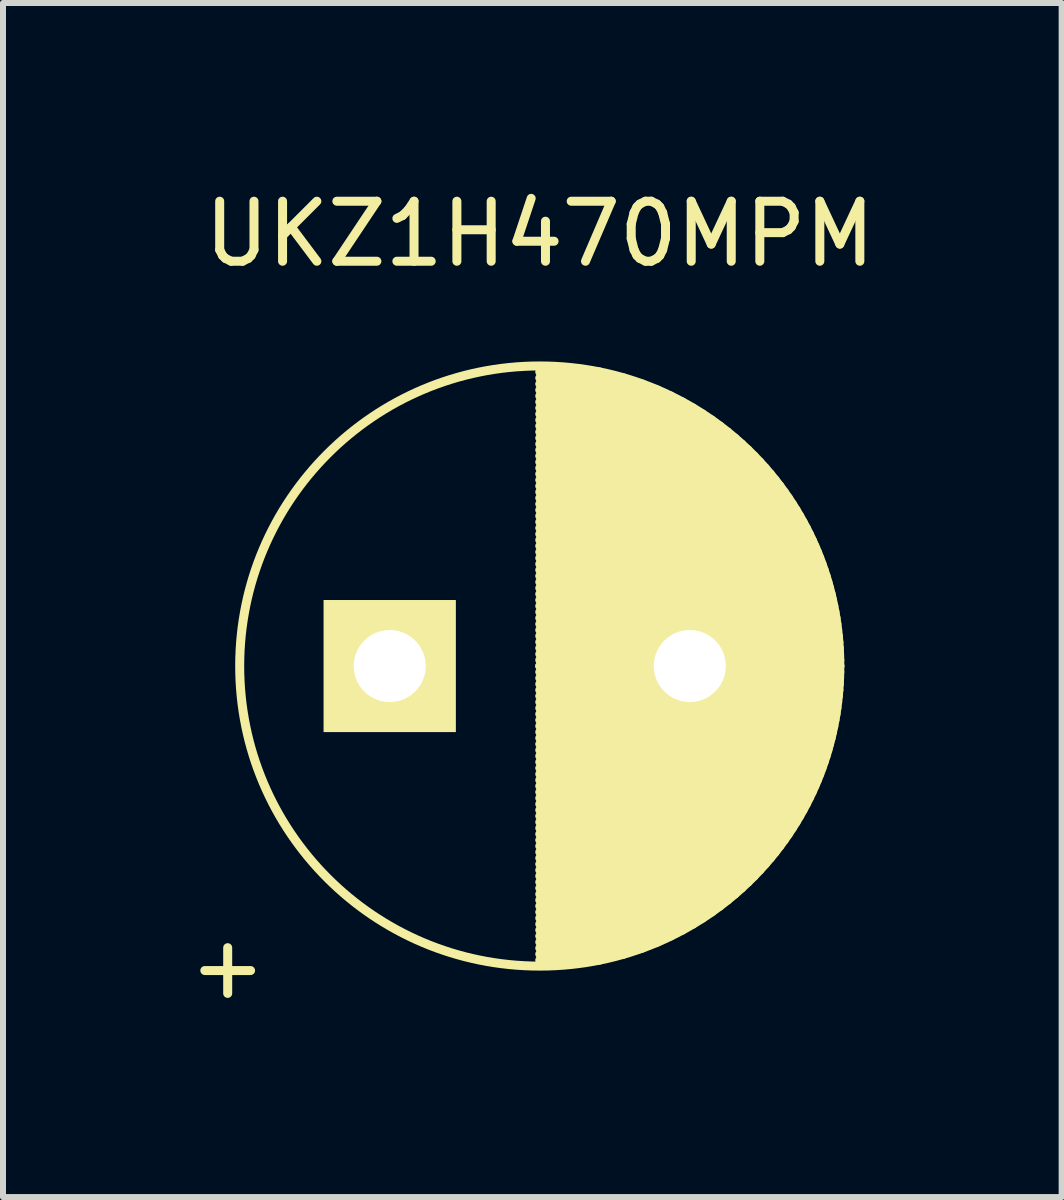
<source format=kicad_pcb>
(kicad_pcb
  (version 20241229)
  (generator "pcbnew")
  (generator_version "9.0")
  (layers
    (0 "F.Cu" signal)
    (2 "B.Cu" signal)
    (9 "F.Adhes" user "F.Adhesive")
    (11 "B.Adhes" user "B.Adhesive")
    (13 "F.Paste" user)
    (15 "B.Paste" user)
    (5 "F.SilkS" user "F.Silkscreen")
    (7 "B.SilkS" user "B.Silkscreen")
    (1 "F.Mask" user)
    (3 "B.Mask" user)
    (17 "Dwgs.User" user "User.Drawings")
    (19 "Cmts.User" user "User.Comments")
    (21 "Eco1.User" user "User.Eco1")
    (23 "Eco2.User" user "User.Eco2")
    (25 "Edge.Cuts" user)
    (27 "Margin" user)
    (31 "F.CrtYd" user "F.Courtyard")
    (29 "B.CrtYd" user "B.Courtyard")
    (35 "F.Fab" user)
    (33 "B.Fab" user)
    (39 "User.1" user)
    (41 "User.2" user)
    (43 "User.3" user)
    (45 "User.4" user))
  (footprint "UKZ1H470MPM"
    (layer "F.Cu")
    (at 3.444 8.048)
    (property "Reference" "UKZ1H470MPM" (at 2.5 -7.2 0) (layer "F.SilkS") (effects (font (size 1 1) (thickness 0.15))))
    (attr through_hole)
    (fp_line (start 2.5 -4.9) (end 3.495 -4.9) (stroke (width 0.15) (type solid)) (layer "F.SilkS"))
    (fp_line (start 2.5 -4.8) (end 3.9 -4.8) (stroke (width 0.15) (type solid)) (layer "F.SilkS"))
    (fp_line (start 2.5 -4.7) (end 4.206 -4.7) (stroke (width 0.15) (type solid)) (layer "F.SilkS"))
    (fp_line (start 2.5 -4.6) (end 4.46 -4.6) (stroke (width 0.15) (type solid)) (layer "F.SilkS"))
    (fp_line (start 2.5 -4.5) (end 4.679 -4.5) (stroke (width 0.15) (type solid)) (layer "F.SilkS"))
    (fp_line (start 2.5 -4.4) (end 4.875 -4.4) (stroke (width 0.15) (type solid)) (layer "F.SilkS"))
    (fp_line (start 2.5 -4.3) (end 5.051 -4.3) (stroke (width 0.15) (type solid)) (layer "F.SilkS"))
    (fp_line (start 2.5 -4.2) (end 5.213 -4.2) (stroke (width 0.15) (type solid)) (layer "F.SilkS"))
    (fp_line (start 2.5 -4.1) (end 5.362 -4.1) (stroke (width 0.15) (type solid)) (layer "F.SilkS"))
    (fp_line (start 2.5 -4) (end 5.5 -4) (stroke (width 0.15) (type solid)) (layer "F.SilkS"))
    (fp_line (start 2.5 -3.9) (end 5.629 -3.9) (stroke (width 0.15) (type solid)) (layer "F.SilkS"))
    (fp_line (start 2.5 -3.8) (end 5.75 -3.8) (stroke (width 0.15) (type solid)) (layer "F.SilkS"))
    (fp_line (start 2.5 -3.7) (end 5.863 -3.7) (stroke (width 0.15) (type solid)) (layer "F.SilkS"))
    (fp_line (start 2.5 -3.6) (end 5.97 -3.6) (stroke (width 0.15) (type solid)) (layer "F.SilkS"))
    (fp_line (start 2.5 -3.5) (end 6.071 -3.5) (stroke (width 0.15) (type solid)) (layer "F.SilkS"))
    (fp_line (start 2.5 -3.4) (end 6.166 -3.4) (stroke (width 0.15) (type solid)) (layer "F.SilkS"))
    (fp_line (start 2.5 -3.3) (end 6.256 -3.3) (stroke (width 0.15) (type solid)) (layer "F.SilkS"))
    (fp_line (start 2.5 -3.2) (end 6.342 -3.2) (stroke (width 0.15) (type solid)) (layer "F.SilkS"))
    (fp_line (start 2.5 -3.1) (end 6.423 -3.1) (stroke (width 0.15) (type solid)) (layer "F.SilkS"))
    (fp_line (start 2.5 -3) (end 6.5 -3) (stroke (width 0.15) (type solid)) (layer "F.SilkS"))
    (fp_line (start 2.5 -2.9) (end 6.573 -2.9) (stroke (width 0.15) (type solid)) (layer "F.SilkS"))
    (fp_line (start 2.5 -2.8) (end 6.642 -2.8) (stroke (width 0.15) (type solid)) (layer "F.SilkS"))
    (fp_line (start 2.5 -2.7) (end 6.708 -2.7) (stroke (width 0.15) (type solid)) (layer "F.SilkS"))
    (fp_line (start 2.5 -2.6) (end 6.771 -2.6) (stroke (width 0.15) (type solid)) (layer "F.SilkS"))
    (fp_line (start 2.5 -2.5) (end 6.83 -2.5) (stroke (width 0.15) (type solid)) (layer "F.SilkS"))
    (fp_line (start 2.5 -2.4) (end 6.886 -2.4) (stroke (width 0.15) (type solid)) (layer "F.SilkS"))
    (fp_line (start 2.5 -2.3) (end 6.94 -2.3) (stroke (width 0.15) (type solid)) (layer "F.SilkS"))
    (fp_line (start 2.5 -2.2) (end 6.99 -2.2) (stroke (width 0.15) (type solid)) (layer "F.SilkS"))
    (fp_line (start 2.5 -2.1) (end 7.038 -2.1) (stroke (width 0.15) (type solid)) (layer "F.SilkS"))
    (fp_line (start 2.5 -2) (end 7.083 -2) (stroke (width 0.15) (type solid)) (layer "F.SilkS"))
    (fp_line (start 2.5 -1.9) (end 7.125 -1.9) (stroke (width 0.15) (type solid)) (layer "F.SilkS"))
    (fp_line (start 2.5 -1.8) (end 7.165 -1.8) (stroke (width 0.15) (type solid)) (layer "F.SilkS"))
    (fp_line (start 2.5 -1.7) (end 7.202 -1.7) (stroke (width 0.15) (type solid)) (layer "F.SilkS"))
    (fp_line (start 2.5 -1.6) (end 7.237 -1.6) (stroke (width 0.15) (type solid)) (layer "F.SilkS"))
    (fp_line (start 2.5 -1.5) (end 7.27 -1.5) (stroke (width 0.15) (type solid)) (layer "F.SilkS"))
    (fp_line (start 2.5 -1.4) (end 7.3 -1.4) (stroke (width 0.15) (type solid)) (layer "F.SilkS"))
    (fp_line (start 2.5 -1.3) (end 7.328 -1.3) (stroke (width 0.15) (type solid)) (layer "F.SilkS"))
    (fp_line (start 2.5 -1.2) (end 7.354 -1.2) (stroke (width 0.15) (type solid)) (layer "F.SilkS"))
    (fp_line (start 2.5 -1.1) (end 7.377 -1.1) (stroke (width 0.15) (type solid)) (layer "F.SilkS"))
    (fp_line (start 2.5 -1) (end 7.399 -1) (stroke (width 0.15) (type solid)) (layer "F.SilkS"))
    (fp_line (start 2.5 -0.9) (end 7.418 -0.9) (stroke (width 0.15) (type solid)) (layer "F.SilkS"))
    (fp_line (start 2.5 -0.8) (end 7.436 -0.8) (stroke (width 0.15) (type solid)) (layer "F.SilkS"))
    (fp_line (start 2.5 -0.7) (end 7.451 -0.7) (stroke (width 0.15) (type solid)) (layer "F.SilkS"))
    (fp_line (start 2.5 -0.6) (end 7.464 -0.6) (stroke (width 0.15) (type solid)) (layer "F.SilkS"))
    (fp_line (start 2.5 -0.5) (end 7.475 -0.5) (stroke (width 0.15) (type solid)) (layer "F.SilkS"))
    (fp_line (start 2.5 -0.4) (end 7.484 -0.4) (stroke (width 0.15) (type solid)) (layer "F.SilkS"))
    (fp_line (start 2.5 -0.3) (end 7.491 -0.3) (stroke (width 0.15) (type solid)) (layer "F.SilkS"))
    (fp_line (start 2.5 -0.2) (end 7.496 -0.2) (stroke (width 0.15) (type solid)) (layer "F.SilkS"))
    (fp_line (start 2.5 -0.1) (end 7.499 -0.1) (stroke (width 0.15) (type solid)) (layer "F.SilkS"))
    (fp_line (start 2.5 0) (end 7.5 0) (stroke (width 0.15) (type solid)) (layer "F.SilkS"))
    (fp_line (start 2.5 0) (end 7.5 0) (stroke (width 0.15) (type solid)) (layer "F.SilkS"))
    (fp_line (start 2.5 0.1) (end 7.499 0.1) (stroke (width 0.15) (type solid)) (layer "F.SilkS"))
    (fp_line (start 2.5 0.2) (end 7.496 0.2) (stroke (width 0.15) (type solid)) (layer "F.SilkS"))
    (fp_line (start 2.5 0.3) (end 7.491 0.3) (stroke (width 0.15) (type solid)) (layer "F.SilkS"))
    (fp_line (start 2.5 0.4) (end 7.484 0.4) (stroke (width 0.15) (type solid)) (layer "F.SilkS"))
    (fp_line (start 2.5 0.5) (end 7.475 0.5) (stroke (width 0.15) (type solid)) (layer "F.SilkS"))
    (fp_line (start 2.5 0.6) (end 7.464 0.6) (stroke (width 0.15) (type solid)) (layer "F.SilkS"))
    (fp_line (start 2.5 0.7) (end 7.451 0.7) (stroke (width 0.15) (type solid)) (layer "F.SilkS"))
    (fp_line (start 2.5 0.8) (end 7.436 0.8) (stroke (width 0.15) (type solid)) (layer "F.SilkS"))
    (fp_line (start 2.5 0.9) (end 7.418 0.9) (stroke (width 0.15) (type solid)) (layer "F.SilkS"))
    (fp_line (start 2.5 1) (end 7.399 1) (stroke (width 0.15) (type solid)) (layer "F.SilkS"))
    (fp_line (start 2.5 1.1) (end 7.377 1.1) (stroke (width 0.15) (type solid)) (layer "F.SilkS"))
    (fp_line (start 2.5 1.2) (end 7.354 1.2) (stroke (width 0.15) (type solid)) (layer "F.SilkS"))
    (fp_line (start 2.5 1.3) (end 7.328 1.3) (stroke (width 0.15) (type solid)) (layer "F.SilkS"))
    (fp_line (start 2.5 1.4) (end 7.3 1.4) (stroke (width 0.15) (type solid)) (layer "F.SilkS"))
    (fp_line (start 2.5 1.5) (end 7.27 1.5) (stroke (width 0.15) (type solid)) (layer "F.SilkS"))
    (fp_line (start 2.5 1.6) (end 7.237 1.6) (stroke (width 0.15) (type solid)) (layer "F.SilkS"))
    (fp_line (start 2.5 1.7) (end 7.202 1.7) (stroke (width 0.15) (type solid)) (layer "F.SilkS"))
    (fp_line (start 2.5 1.8) (end 7.165 1.8) (stroke (width 0.15) (type solid)) (layer "F.SilkS"))
    (fp_line (start 2.5 1.9) (end 7.125 1.9) (stroke (width 0.15) (type solid)) (layer "F.SilkS"))
    (fp_line (start 2.5 2) (end 7.083 2) (stroke (width 0.15) (type solid)) (layer "F.SilkS"))
    (fp_line (start 2.5 2.1) (end 7.038 2.1) (stroke (width 0.15) (type solid)) (layer "F.SilkS"))
    (fp_line (start 2.5 2.2) (end 6.99 2.2) (stroke (width 0.15) (type solid)) (layer "F.SilkS"))
    (fp_line (start 2.5 2.3) (end 6.94 2.3) (stroke (width 0.15) (type solid)) (layer "F.SilkS"))
    (fp_line (start 2.5 2.4) (end 6.886 2.4) (stroke (width 0.15) (type solid)) (layer "F.SilkS"))
    (fp_line (start 2.5 2.5) (end 6.83 2.5) (stroke (width 0.15) (type solid)) (layer "F.SilkS"))
    (fp_line (start 2.5 2.6) (end 6.771 2.6) (stroke (width 0.15) (type solid)) (layer "F.SilkS"))
    (fp_line (start 2.5 2.7) (end 6.708 2.7) (stroke (width 0.15) (type solid)) (layer "F.SilkS"))
    (fp_line (start 2.5 2.8) (end 6.642 2.8) (stroke (width 0.15) (type solid)) (layer "F.SilkS"))
    (fp_line (start 2.5 2.9) (end 6.573 2.9) (stroke (width 0.15) (type solid)) (layer "F.SilkS"))
    (fp_line (start 2.5 3) (end 6.5 3) (stroke (width 0.15) (type solid)) (layer "F.SilkS"))
    (fp_line (start 2.5 3.1) (end 6.423 3.1) (stroke (width 0.15) (type solid)) (layer "F.SilkS"))
    (fp_line (start 2.5 3.2) (end 6.342 3.2) (stroke (width 0.15) (type solid)) (layer "F.SilkS"))
    (fp_line (start 2.5 3.3) (end 6.256 3.3) (stroke (width 0.15) (type solid)) (layer "F.SilkS"))
    (fp_line (start 2.5 3.4) (end 6.166 3.4) (stroke (width 0.15) (type solid)) (layer "F.SilkS"))
    (fp_line (start 2.5 3.5) (end 6.071 3.5) (stroke (width 0.15) (type solid)) (layer "F.SilkS"))
    (fp_line (start 2.5 3.6) (end 5.97 3.6) (stroke (width 0.15) (type solid)) (layer "F.SilkS"))
    (fp_line (start 2.5 3.7) (end 5.863 3.7) (stroke (width 0.15) (type solid)) (layer "F.SilkS"))
    (fp_line (start 2.5 3.8) (end 5.75 3.8) (stroke (width 0.15) (type solid)) (layer "F.SilkS"))
    (fp_line (start 2.5 3.9) (end 5.629 3.9) (stroke (width 0.15) (type solid)) (layer "F.SilkS"))
    (fp_line (start 2.5 4) (end 5.5 4) (stroke (width 0.15) (type solid)) (layer "F.SilkS"))
    (fp_line (start 2.5 4.1) (end 5.362 4.1) (stroke (width 0.15) (type solid)) (layer "F.SilkS"))
    (fp_line (start 2.5 4.2) (end 5.213 4.2) (stroke (width 0.15) (type solid)) (layer "F.SilkS"))
    (fp_line (start 2.5 4.3) (end 5.051 4.3) (stroke (width 0.15) (type solid)) (layer "F.SilkS"))
    (fp_line (start 2.5 4.4) (end 4.875 4.4) (stroke (width 0.15) (type solid)) (layer "F.SilkS"))
    (fp_line (start 2.5 4.5) (end 4.679 4.5) (stroke (width 0.15) (type solid)) (layer "F.SilkS"))
    (fp_line (start 2.5 4.6) (end 4.46 4.6) (stroke (width 0.15) (type solid)) (layer "F.SilkS"))
    (fp_line (start 2.5 4.7) (end 4.206 4.7) (stroke (width 0.15) (type solid)) (layer "F.SilkS"))
    (fp_line (start 2.5 4.8) (end 3.9 4.8) (stroke (width 0.15) (type solid)) (layer "F.SilkS"))
    (fp_line (start 2.5 4.9) (end 3.495 4.9) (stroke (width 0.15) (type solid)) (layer "F.SilkS"))
    (fp_circle (center 2.5 0) (end 2.5 -5) (stroke (width 0.15) (type solid)) (fill no) (layer "F.SilkS"))
    (fp_text user "+" (at -2.7 5 0) (layer "F.SilkS") (effects (font (size 1 1) (thickness 0.15))))
    (pad "1" thru_hole rect (at 0 0) (size 2.2 2.2) (drill 1.2) (layers "*.Cu" "*.Mask" "F.SilkS"))
    (pad "2" thru_hole circle (at 5 0) (size 2.2 2.2) (drill 1.2) (layers "*.Cu" "*.Mask" "F.SilkS")))
  (gr_rect
    (start -3 -3)
    (end 14.64 16.896)
    (stroke (width 0.1) (type default))
    (fill no)
    (layer "Edge.Cuts")))
</source>
